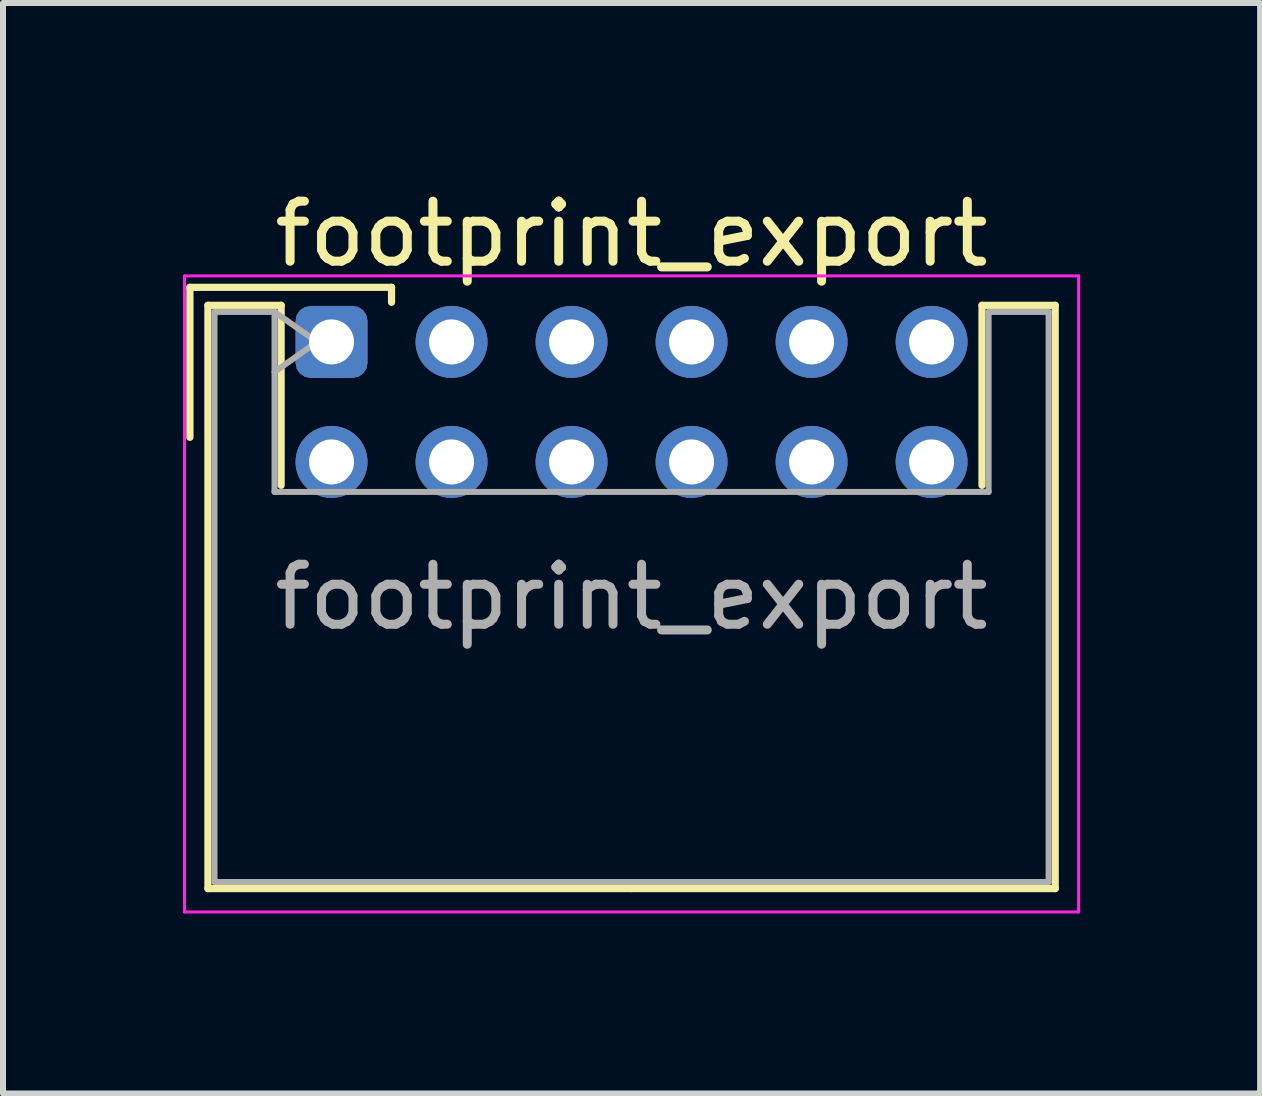
<source format=kicad_pcb>
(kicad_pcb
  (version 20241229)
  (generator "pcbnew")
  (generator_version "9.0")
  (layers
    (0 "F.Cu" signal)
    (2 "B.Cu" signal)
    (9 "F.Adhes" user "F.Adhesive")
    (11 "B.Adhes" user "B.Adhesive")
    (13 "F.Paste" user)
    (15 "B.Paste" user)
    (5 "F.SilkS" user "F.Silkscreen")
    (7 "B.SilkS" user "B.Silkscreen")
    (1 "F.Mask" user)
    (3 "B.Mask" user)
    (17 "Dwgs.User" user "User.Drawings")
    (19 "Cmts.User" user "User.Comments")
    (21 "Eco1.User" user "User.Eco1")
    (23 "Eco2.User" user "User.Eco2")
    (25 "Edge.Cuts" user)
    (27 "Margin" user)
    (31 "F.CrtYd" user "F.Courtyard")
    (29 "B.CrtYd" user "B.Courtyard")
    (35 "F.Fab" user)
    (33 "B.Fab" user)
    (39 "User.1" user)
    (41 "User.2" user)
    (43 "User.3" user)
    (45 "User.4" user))
  (footprint "footprint_export"
    (layer "F.Cu")
    (at 2.475 2.648)
    (property "Reference" "footprint_export" (at 5 -1.8 0) (layer "F.SilkS") (effects (font (size 1 1) (thickness 0.15))))
    (attr through_hole)
    (fp_line (start -2.36 -0.91) (end -2.36 1.59) (stroke (width 0.12) (type solid)) (layer "F.SilkS"))
    (fp_line (start -2.06 -0.61) (end -2.06 9.11) (stroke (width 0.12) (type solid)) (layer "F.SilkS"))
    (fp_line (start -2.06 9.11) (end 5 9.11) (stroke (width 0.12) (type solid)) (layer "F.SilkS"))
    (fp_line (start -0.84 -0.61) (end -2.06 -0.61) (stroke (width 0.12) (type solid)) (layer "F.SilkS"))
    (fp_line (start -0.84 2.39) (end -0.84 -0.61) (stroke (width 0.12) (type solid)) (layer "F.SilkS"))
    (fp_line (start 1 -0.91) (end -2.36 -0.91) (stroke (width 0.12) (type solid)) (layer "F.SilkS"))
    (fp_line (start 1 -0.66) (end 1 -0.91) (stroke (width 0.12) (type solid)) (layer "F.SilkS"))
    (fp_line (start 10.84 -0.61) (end 12.06 -0.61) (stroke (width 0.12) (type solid)) (layer "F.SilkS"))
    (fp_line (start 10.84 2.39) (end 10.84 -0.61) (stroke (width 0.12) (type solid)) (layer "F.SilkS"))
    (fp_line (start 12.06 -0.61) (end 12.06 9.11) (stroke (width 0.12) (type solid)) (layer "F.SilkS"))
    (fp_line (start 12.06 9.11) (end 5 9.11) (stroke (width 0.12) (type solid)) (layer "F.SilkS"))
    (fp_line (start -2.45 -1.1) (end -2.45 9.5) (stroke (width 0.05) (type solid)) (layer "F.CrtYd"))
    (fp_line (start -2.45 9.5) (end 12.45 9.5) (stroke (width 0.05) (type solid)) (layer "F.CrtYd"))
    (fp_line (start 12.45 -1.1) (end -2.45 -1.1) (stroke (width 0.05) (type solid)) (layer "F.CrtYd"))
    (fp_line (start 12.45 9.5) (end 12.45 -1.1) (stroke (width 0.05) (type solid)) (layer "F.CrtYd"))
    (fp_line (start -1.95 -0.5) (end -0.95 -0.5) (stroke (width 0.1) (type solid)) (layer "F.Fab"))
    (fp_line (start -1.95 9) (end -1.95 -0.5) (stroke (width 0.1) (type solid)) (layer "F.Fab"))
    (fp_line (start -0.95 -0.5) (end -0.95 2.5) (stroke (width 0.1) (type solid)) (layer "F.Fab"))
    (fp_line (start -0.95 -0.5) (end -0.243 0) (stroke (width 0.1) (type solid)) (layer "F.Fab"))
    (fp_line (start -0.95 2.5) (end 10.95 2.5) (stroke (width 0.1) (type solid)) (layer "F.Fab"))
    (fp_line (start -0.243 0) (end -0.95 0.5) (stroke (width 0.1) (type solid)) (layer "F.Fab"))
    (fp_line (start 10.95 -0.5) (end 11.95 -0.5) (stroke (width 0.1) (type solid)) (layer "F.Fab"))
    (fp_line (start 10.95 2.5) (end 10.95 -0.5) (stroke (width 0.1) (type solid)) (layer "F.Fab"))
    (fp_line (start 11.95 -0.5) (end 11.95 9) (stroke (width 0.1) (type solid)) (layer "F.Fab"))
    (fp_line (start 11.95 9) (end -1.95 9) (stroke (width 0.1) (type solid)) (layer "F.Fab"))
    (fp_text user "${REFERENCE}" (at 5 4.25 0) (layer "F.Fab") (effects (font (size 1 1) (thickness 0.15))))
    (pad "1" thru_hole roundrect (at 0 0) (size 1.2 1.2) (drill 0.75) (layers "*.Cu" "*.Mask") (roundrect_rratio 0.208))
    (pad "2" thru_hole circle (at 0 2) (size 1.2 1.2) (drill 0.75) (layers "*.Cu" "*.Mask"))
    (pad "3" thru_hole circle (at 2 0) (size 1.2 1.2) (drill 0.75) (layers "*.Cu" "*.Mask"))
    (pad "4" thru_hole circle (at 2 2) (size 1.2 1.2) (drill 0.75) (layers "*.Cu" "*.Mask"))
    (pad "5" thru_hole circle (at 4 0) (size 1.2 1.2) (drill 0.75) (layers "*.Cu" "*.Mask"))
    (pad "6" thru_hole circle (at 4 2) (size 1.2 1.2) (drill 0.75) (layers "*.Cu" "*.Mask"))
    (pad "7" thru_hole circle (at 6 0) (size 1.2 1.2) (drill 0.75) (layers "*.Cu" "*.Mask"))
    (pad "8" thru_hole circle (at 6 2) (size 1.2 1.2) (drill 0.75) (layers "*.Cu" "*.Mask"))
    (pad "9" thru_hole circle (at 8 0) (size 1.2 1.2) (drill 0.75) (layers "*.Cu" "*.Mask"))
    (pad "10" thru_hole circle (at 8 2) (size 1.2 1.2) (drill 0.75) (layers "*.Cu" "*.Mask"))
    (pad "11" thru_hole circle (at 10 0) (size 1.2 1.2) (drill 0.75) (layers "*.Cu" "*.Mask"))
    (pad "12" thru_hole circle (at 10 2) (size 1.2 1.2) (drill 0.75) (layers "*.Cu" "*.Mask")))
  (gr_rect
    (start -3 -3)
    (end 17.95 15.173)
    (stroke (width 0.1) (type default))
    (fill no)
    (layer "Edge.Cuts")))
</source>
